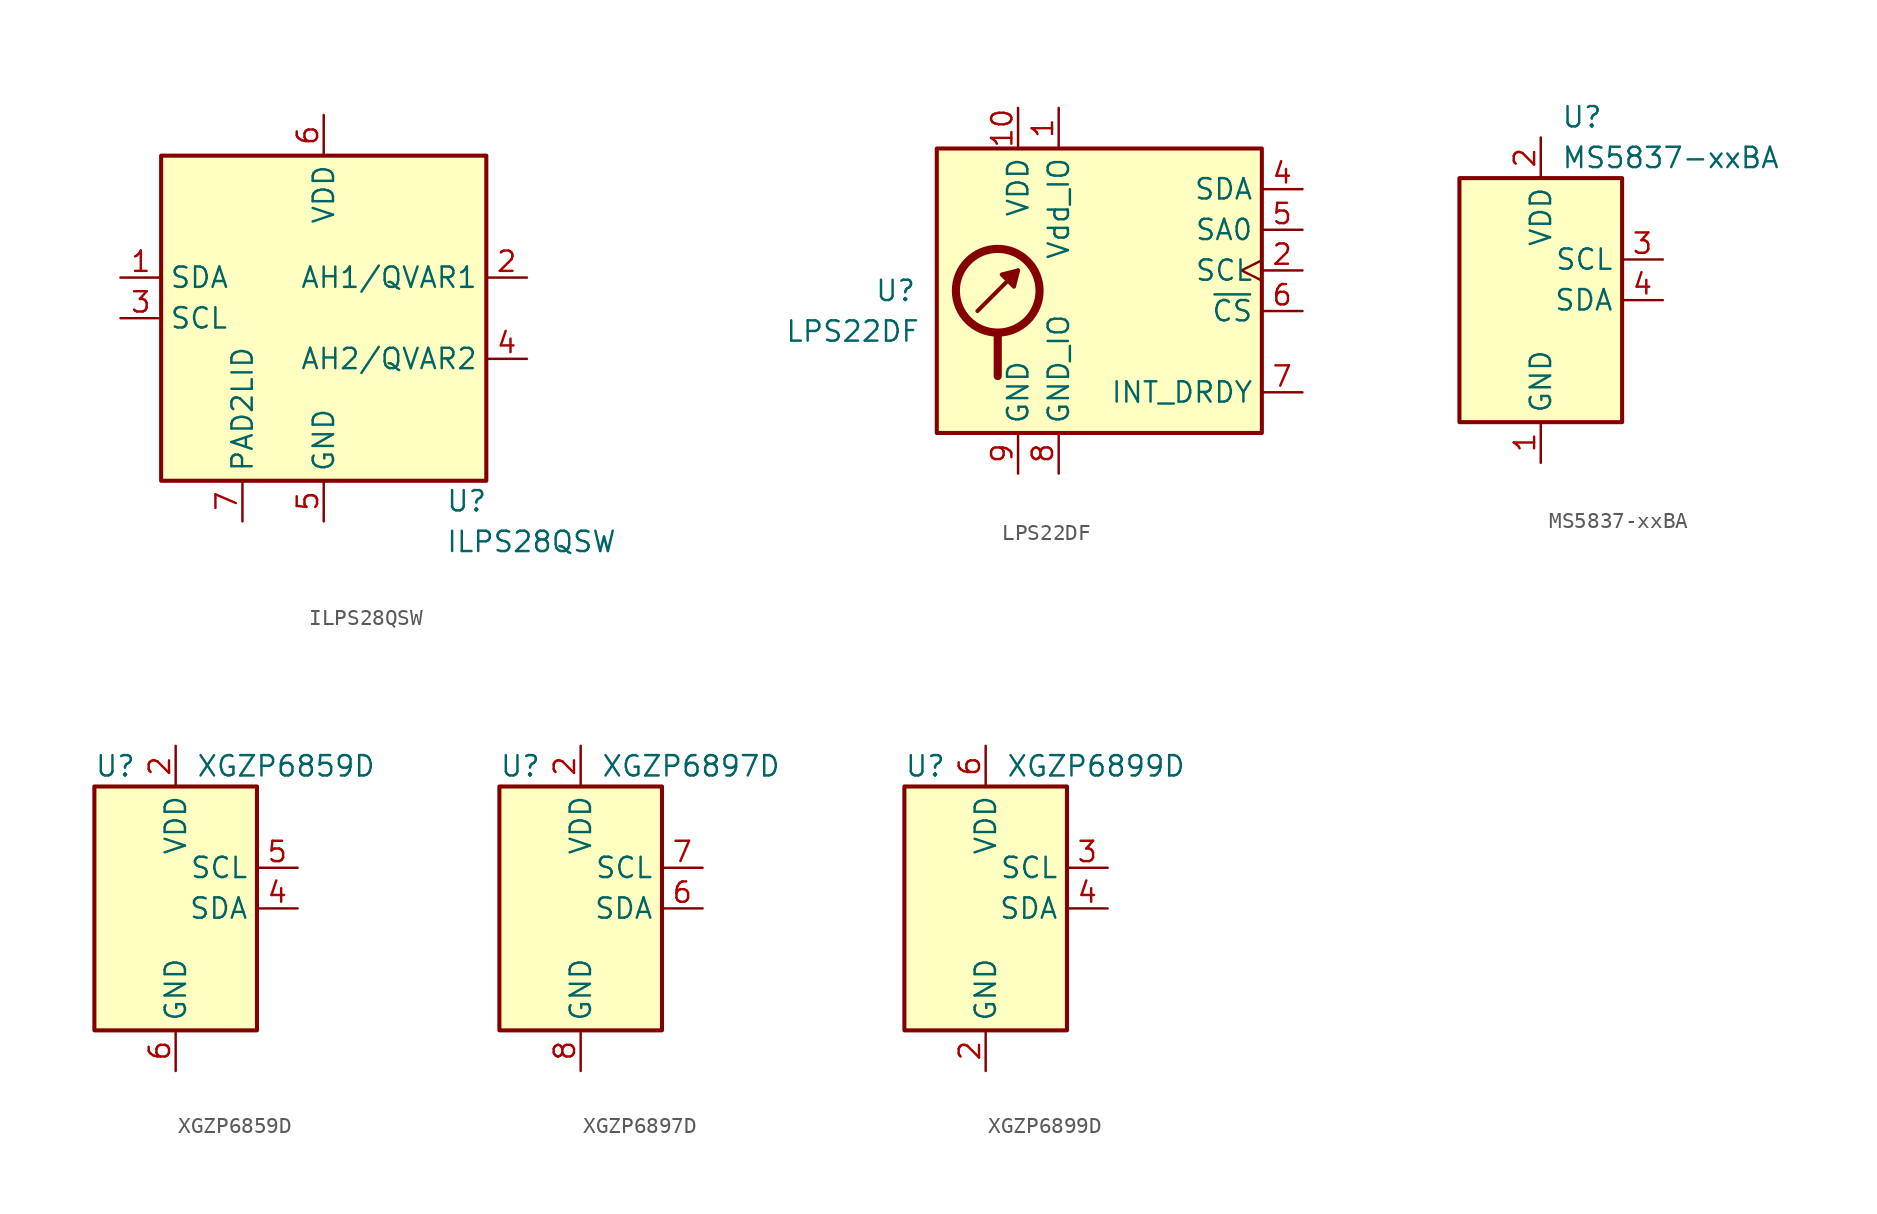
<source format=kicad_sym>
(kicad_symbol_lib
  (version 20241209)
  (generator "kicad_symbol_editor")
  (generator_version "9.0")
  (symbol "ILPS28QSW"
    (property "Reference" "U"
      (at 7.62 -11.43 0)
      (effects (font (size 1.27 1.27)) (justify left)))
    (property "Value" "ILPS28QSW"
      (at 7.62 -13.97 0)
      (effects (font (size 1.27 1.27)) (justify left)))
    (symbol "ILPS28QSW_0_1"
      (rectangle (start -10.16 10.16) (end 10.16 -10.16) (stroke (width 0.254) (type default)) (fill (type background))))
    (symbol "ILPS28QSW_1_1"
      (pin bidirectional line (at -12.7 2.54 0) (length 2.54) (name "SDA" (effects (font (size 1.27 1.27)))) (number "1" (effects (font (size 1.27 1.27)))))
      (pin input line (at -12.7 0 0) (length 2.54) (name "SCL" (effects (font (size 1.27 1.27)))) (number "3" (effects (font (size 1.27 1.27)))))
      (pin passive line (at -5.08 -12.7 90) (length 2.54) (name "PAD2LID" (effects (font (size 1.27 1.27)))) (number "7" (effects (font (size 1.27 1.27)))))
      (pin power_in line (at 0 12.7 270) (length 2.54) (name "VDD" (effects (font (size 1.27 1.27)))) (number "6" (effects (font (size 1.27 1.27)))))
      (pin power_in line (at 0 -12.7 90) (length 2.54) (name "GND" (effects (font (size 1.27 1.27)))) (number "5" (effects (font (size 1.27 1.27)))))
      (pin input line (at 12.7 2.54 180) (length 2.54) (name "AH1/QVAR1" (effects (font (size 1.27 1.27)))) (number "2" (effects (font (size 1.27 1.27)))))
      (pin input line (at 12.7 -2.54 180) (length 2.54) (name "AH2/QVAR2" (effects (font (size 1.27 1.27)))) (number "4" (effects (font (size 1.27 1.27)))))))
  (symbol "LPS22DF"
    (property "Reference" "U"
      (at -11.43 1.27 0)
      (effects (font (size 1.27 1.27)) (justify right)))
    (property "Value" "LPS22DF"
      (at -11.176 -1.27 0)
      (effects (font (size 1.27 1.27)) (justify right)))
    (symbol "LPS22DF_0_1"
      (rectangle (start -10.16 10.16) (end 10.16 -7.62) (stroke (width 0.254) (type default)) (fill (type background)))
      (polyline (pts (xy -7.62 0) (xy -5.08 2.54)) (stroke (width 0.254) (type default)) (fill (type none)))
      (circle (center -6.35 1.27) (radius 2.616) (stroke (width 0.508) (type default)) (fill (type none)))
      (polyline (pts (xy -6.35 -1.524) (xy -6.35 -4.064)) (stroke (width 0.508) (type default)) (fill (type none)))
      (polyline (pts (xy -5.08 2.54) (xy -5.334 1.524) (xy -6.096 2.286) (xy -5.08 2.54)) (stroke (width 0.254) (type default)) (fill (type outline))))
    (symbol "LPS22DF_1_1"
      (pin power_in line (at -5.08 12.7 270) (length 2.54) (name "VDD" (effects (font (size 1.27 1.27)))) (number "10" (effects (font (size 1.27 1.27)))))
      (pin passive line (at -5.08 -10.16 90) (length 2.54) (hide yes) (name "GND" (effects (font (size 1.27 1.27)))) (number "3" (effects (font (size 1.27 1.27)))))
      (pin power_in line (at -5.08 -10.16 90) (length 2.54) (name "GND" (effects (font (size 1.27 1.27)))) (number "9" (effects (font (size 1.27 1.27)))))
      (pin power_in line (at -2.54 12.7 270) (length 2.54) (name "Vdd_IO" (effects (font (size 1.27 1.27)))) (number "1" (effects (font (size 1.27 1.27)))))
      (pin power_in line (at -2.54 -10.16 90) (length 2.54) (name "GND_IO" (effects (font (size 1.27 1.27)))) (number "8" (effects (font (size 1.27 1.27)))))
      (pin bidirectional line (at 12.7 7.62 180) (length 2.54) (name "SDA" (effects (font (size 1.27 1.27)))) (number "4" (effects (font (size 1.27 1.27)))) (alternate "SDI" input line) (alternate "SDI/SDO" bidirectional line))
      (pin input line (at 12.7 5.08 180) (length 2.54) (name "SA0" (effects (font (size 1.27 1.27)))) (number "5" (effects (font (size 1.27 1.27)))) (alternate "SDO" output line))
      (pin input clock (at 12.7 2.54 180) (length 2.54) (name "SCL" (effects (font (size 1.27 1.27)))) (number "2" (effects (font (size 1.27 1.27)))) (alternate "SPC" input clock))
      (pin input line (at 12.7 0 180) (length 2.54) (name "~{CS}" (effects (font (size 1.27 1.27)))) (number "6" (effects (font (size 1.27 1.27)))))
      (pin output line (at 12.7 -5.08 180) (length 2.54) (name "INT_DRDY" (effects (font (size 1.27 1.27)))) (number "7" (effects (font (size 1.27 1.27)))))))
  (symbol "MS5837-xxBA"
    (property "Reference" "U"
      (at 1.27 11.43 0)
      (effects (font (size 1.27 1.27)) (justify left)))
    (property "Value" "MS5837-xxBA"
      (at 1.27 8.89 0)
      (effects (font (size 1.27 1.27)) (justify left)))
    (symbol "MS5837-xxBA_0_1"
      (rectangle (start -5.08 7.62) (end 5.08 -7.62) (stroke (width 0.254) (type default)) (fill (type background))))
    (symbol "MS5837-xxBA_1_1"
      (pin power_in line (at 0 10.16 270) (length 2.54) (name "VDD" (effects (font (size 1.27 1.27)))) (number "2" (effects (font (size 1.27 1.27)))))
      (pin power_in line (at 0 -10.16 90) (length 2.54) (name "GND" (effects (font (size 1.27 1.27)))) (number "1" (effects (font (size 1.27 1.27)))))
      (pin passive line (at 7.62 2.54 180) (length 2.54) (name "SCL" (effects (font (size 1.27 1.27)))) (number "3" (effects (font (size 1.27 1.27)))))
      (pin bidirectional line (at 7.62 0 180) (length 2.54) (name "SDA" (effects (font (size 1.27 1.27)))) (number "4" (effects (font (size 1.27 1.27)))))))
  (symbol "XGZP6859D"
    (property "Reference" "U"
      (at -5.08 8.89 0)
      (effects (font (size 1.27 1.27)) (justify left)))
    (property "Value" "XGZP6859D"
      (at 1.27 8.89 0)
      (effects (font (size 1.27 1.27)) (justify left)))
    (symbol "XGZP6859D_0_1"
      (rectangle (start -5.08 7.62) (end 5.08 -7.62) (stroke (width 0.254) (type default)) (fill (type background))))
    (symbol "XGZP6859D_1_0"
      (pin no_connect line (at -5.08 2.54 0) (length 2.54) (hide yes) (name "NC" (effects (font (size 1.27 1.27)))) (number "1" (effects (font (size 1.27 1.27)))))
      (pin no_connect line (at -5.08 0 0) (length 2.54) (hide yes) (name "NC" (effects (font (size 1.27 1.27)))) (number "3" (effects (font (size 1.27 1.27)))))
      (pin input line (at 7.62 2.54 180) (length 2.54) (name "SCL" (effects (font (size 1.27 1.27)))) (number "5" (effects (font (size 1.27 1.27)))))
      (pin bidirectional line (at 7.62 0 180) (length 2.54) (name "SDA" (effects (font (size 1.27 1.27)))) (number "4" (effects (font (size 1.27 1.27))))))
    (symbol "XGZP6859D_1_1"
      (pin power_in line (at 0 10.16 270) (length 2.54) (name "VDD" (effects (font (size 1.27 1.27)))) (number "2" (effects (font (size 1.27 1.27)))))
      (pin power_in line (at 0 -10.16 90) (length 2.54) (name "GND" (effects (font (size 1.27 1.27)))) (number "6" (effects (font (size 1.27 1.27)))))))
  (symbol "XGZP6897D"
    (property "Reference" "U"
      (at -5.08 8.89 0)
      (effects (font (size 1.27 1.27)) (justify left)))
    (property "Value" "XGZP6897D"
      (at 1.27 8.89 0)
      (effects (font (size 1.27 1.27)) (justify left)))
    (symbol "XGZP6897D_0_1"
      (rectangle (start -5.08 7.62) (end 5.08 -7.62) (stroke (width 0.254) (type default)) (fill (type background))))
    (symbol "XGZP6897D_1_0"
      (pin no_connect line (at -5.08 2.54 0) (length 2.54) (hide yes) (name "NC" (effects (font (size 1.27 1.27)))) (number "1" (effects (font (size 1.27 1.27)))))
      (pin no_connect line (at -5.08 0 0) (length 2.54) (hide yes) (name "NC" (effects (font (size 1.27 1.27)))) (number "3" (effects (font (size 1.27 1.27)))))
      (pin no_connect line (at -5.08 -2.54 0) (length 2.54) (hide yes) (name "NC" (effects (font (size 1.27 1.27)))) (number "4" (effects (font (size 1.27 1.27)))))
      (pin no_connect line (at -5.08 -5.08 0) (length 2.54) (hide yes) (name "NC" (effects (font (size 1.27 1.27)))) (number "5" (effects (font (size 1.27 1.27))))))
    (symbol "XGZP6897D_1_1"
      (pin power_in line (at 0 10.16 270) (length 2.54) (name "VDD" (effects (font (size 1.27 1.27)))) (number "2" (effects (font (size 1.27 1.27)))))
      (pin power_in line (at 0 -10.16 90) (length 2.54) (name "GND" (effects (font (size 1.27 1.27)))) (number "8" (effects (font (size 1.27 1.27)))))
      (pin passive line (at 7.62 2.54 180) (length 2.54) (name "SCL" (effects (font (size 1.27 1.27)))) (number "7" (effects (font (size 1.27 1.27)))))
      (pin bidirectional line (at 7.62 0 180) (length 2.54) (name "SDA" (effects (font (size 1.27 1.27)))) (number "6" (effects (font (size 1.27 1.27)))))))
  (symbol "XGZP6899D"
    (property "Reference" "U"
      (at -5.08 8.89 0)
      (effects (font (size 1.27 1.27)) (justify left)))
    (property "Value" "XGZP6899D"
      (at 1.27 8.89 0)
      (effects (font (size 1.27 1.27)) (justify left)))
    (symbol "XGZP6899D_0_1"
      (rectangle (start -5.08 7.62) (end 5.08 -7.62) (stroke (width 0.254) (type default)) (fill (type background))))
    (symbol "XGZP6899D_1_0"
      (pin no_connect line (at -5.08 2.54 0) (length 2.54) (hide yes) (name "NC" (effects (font (size 1.27 1.27)))) (number "1" (effects (font (size 1.27 1.27)))))
      (pin no_connect line (at -5.08 0 0) (length 2.54) (hide yes) (name "NC" (effects (font (size 1.27 1.27)))) (number "7" (effects (font (size 1.27 1.27)))))
      (pin no_connect line (at -5.08 -2.54 0) (length 2.54) (hide yes) (name "NC" (effects (font (size 1.27 1.27)))) (number "8" (effects (font (size 1.27 1.27)))))
      (pin no_connect line (at -5.08 -5.08 0) (length 2.54) (hide yes) (name "NC" (effects (font (size 1.27 1.27)))) (number "5" (effects (font (size 1.27 1.27))))))
    (symbol "XGZP6899D_1_1"
      (pin power_in line (at 0 10.16 270) (length 2.54) (name "VDD" (effects (font (size 1.27 1.27)))) (number "6" (effects (font (size 1.27 1.27)))))
      (pin power_in line (at 0 -10.16 90) (length 2.54) (name "GND" (effects (font (size 1.27 1.27)))) (number "2" (effects (font (size 1.27 1.27)))))
      (pin passive line (at 7.62 2.54 180) (length 2.54) (name "SCL" (effects (font (size 1.27 1.27)))) (number "3" (effects (font (size 1.27 1.27)))))
      (pin bidirectional line (at 7.62 0 180) (length 2.54) (name "SDA" (effects (font (size 1.27 1.27)))) (number "4" (effects (font (size 1.27 1.27))))))))
</source>
